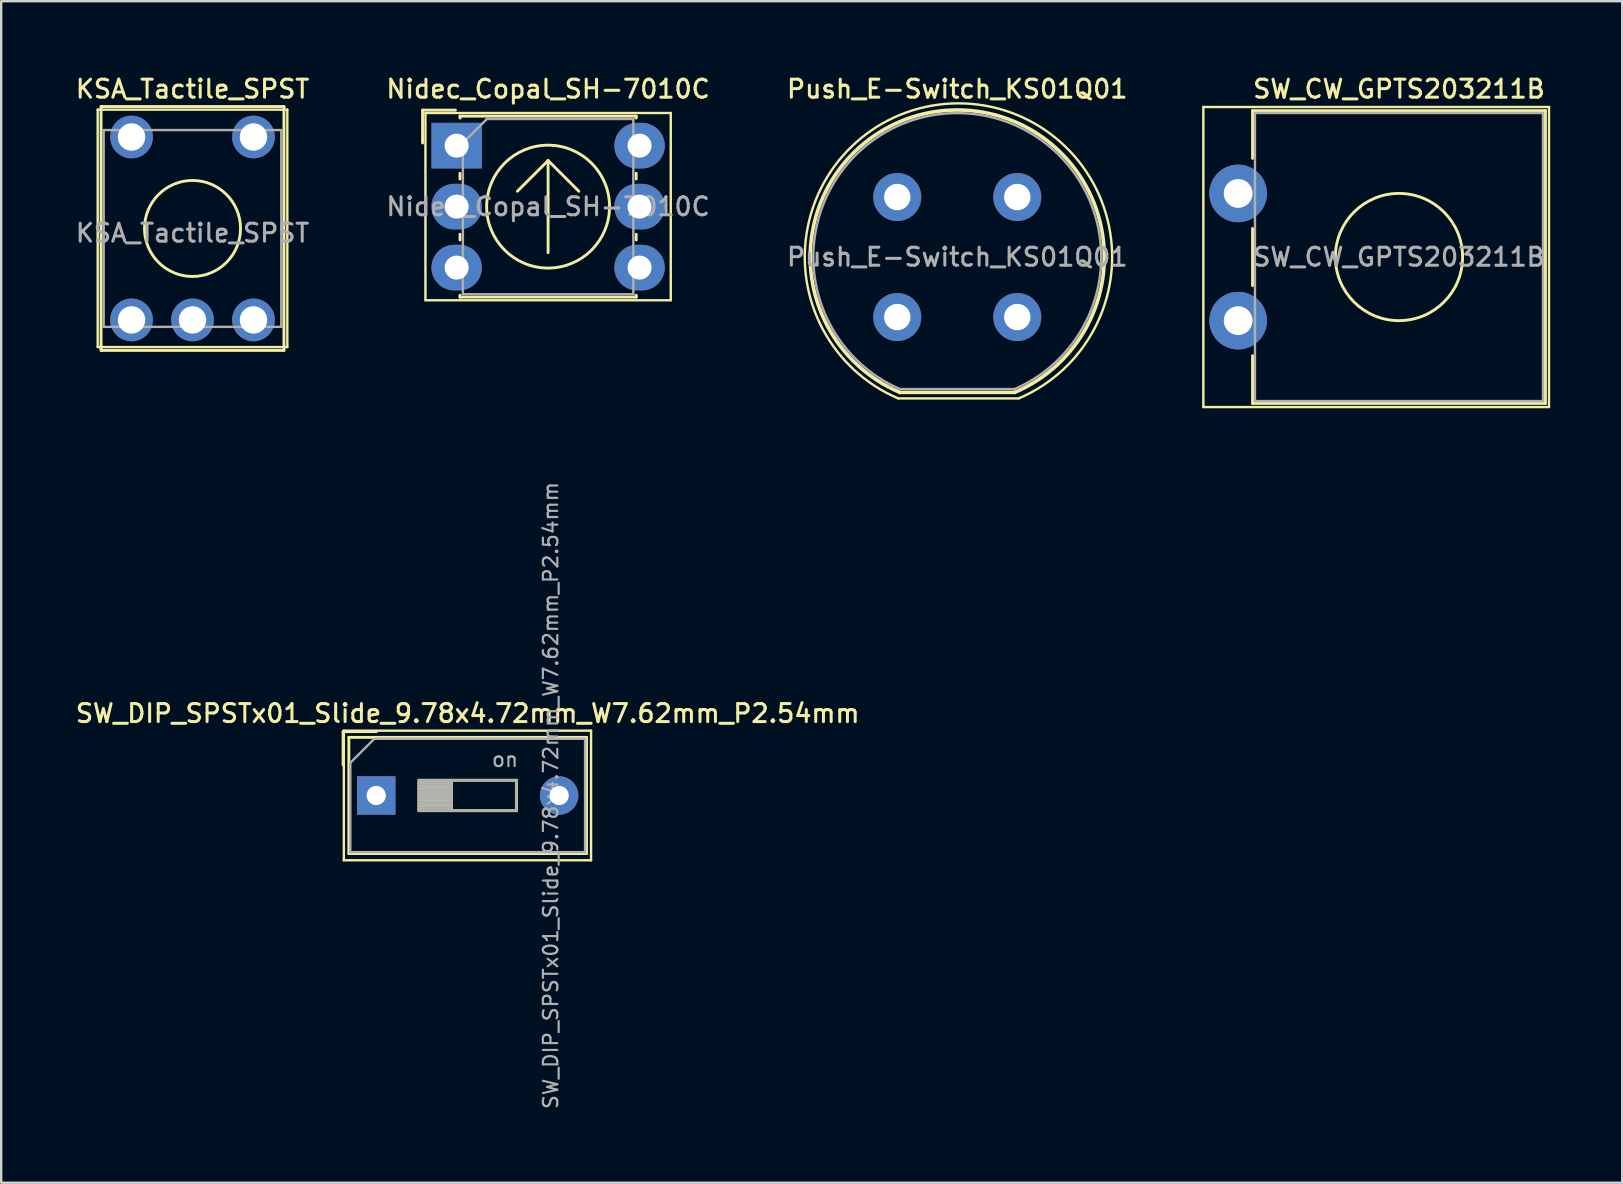
<source format=kicad_pcb>
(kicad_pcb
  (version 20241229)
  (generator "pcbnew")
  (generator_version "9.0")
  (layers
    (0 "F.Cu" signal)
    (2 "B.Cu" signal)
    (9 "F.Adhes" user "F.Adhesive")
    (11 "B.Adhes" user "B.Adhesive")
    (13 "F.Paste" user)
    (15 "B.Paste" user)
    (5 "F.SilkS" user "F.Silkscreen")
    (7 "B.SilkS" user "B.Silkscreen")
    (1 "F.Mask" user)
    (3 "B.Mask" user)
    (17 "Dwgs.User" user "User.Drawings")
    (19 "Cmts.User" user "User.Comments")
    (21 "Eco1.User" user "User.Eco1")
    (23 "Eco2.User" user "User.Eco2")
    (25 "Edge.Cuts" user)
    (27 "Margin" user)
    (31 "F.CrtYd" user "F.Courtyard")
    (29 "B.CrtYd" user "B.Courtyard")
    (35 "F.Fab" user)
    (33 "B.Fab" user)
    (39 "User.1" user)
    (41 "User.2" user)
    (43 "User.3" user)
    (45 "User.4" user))
  (footprint "SW_DIP_SPSTx01_Slide_9.78x4.72mm_W7.62mm_P2.54mm"
    (layer "F.Cu")
    (at 12.624 30.09)
    (property "Reference" "SW_DIP_SPSTx01_Slide_9.78x4.72mm_W7.62mm_P2.54mm" (at 3.81 -3.42 0) (layer "F.SilkS") (effects (font (size 0.75 0.75) (thickness 0.125))))
    (attr through_hole)
    (fp_line (start -1.38 -2.66) (end -1.38 -1.277) (stroke (width 0.12) (type solid)) (layer "F.SilkS"))
    (fp_line (start -1.38 -2.66) (end 0.004 -2.66) (stroke (width 0.12) (type solid)) (layer "F.SilkS"))
    (fp_line (start -1.35 -2.7) (end -1.35 2.7) (stroke (width 0.1) (type solid)) (layer "F.SilkS"))
    (fp_line (start -1.35 2.7) (end 8.95 2.7) (stroke (width 0.1) (type solid)) (layer "F.SilkS"))
    (fp_line (start -1.14 -2.42) (end -1.14 2.42) (stroke (width 0.12) (type solid)) (layer "F.SilkS"))
    (fp_line (start -1.14 -2.42) (end 8.76 -2.42) (stroke (width 0.12) (type solid)) (layer "F.SilkS"))
    (fp_line (start -1.14 2.42) (end 8.76 2.42) (stroke (width 0.12) (type solid)) (layer "F.SilkS"))
    (fp_line (start 1.78 -0.635) (end 1.78 0.635) (stroke (width 0.12) (type solid)) (layer "F.SilkS"))
    (fp_line (start 1.78 -0.515) (end 3.133 -0.515) (stroke (width 0.12) (type solid)) (layer "F.SilkS"))
    (fp_line (start 1.78 -0.395) (end 3.133 -0.395) (stroke (width 0.12) (type solid)) (layer "F.SilkS"))
    (fp_line (start 1.78 -0.275) (end 3.133 -0.275) (stroke (width 0.12) (type solid)) (layer "F.SilkS"))
    (fp_line (start 1.78 -0.155) (end 3.133 -0.155) (stroke (width 0.12) (type solid)) (layer "F.SilkS"))
    (fp_line (start 1.78 -0.035) (end 3.133 -0.035) (stroke (width 0.12) (type solid)) (layer "F.SilkS"))
    (fp_line (start 1.78 0.085) (end 3.133 0.085) (stroke (width 0.12) (type solid)) (layer "F.SilkS"))
    (fp_line (start 1.78 0.205) (end 3.133 0.205) (stroke (width 0.12) (type solid)) (layer "F.SilkS"))
    (fp_line (start 1.78 0.325) (end 3.133 0.325) (stroke (width 0.12) (type solid)) (layer "F.SilkS"))
    (fp_line (start 1.78 0.445) (end 3.133 0.445) (stroke (width 0.12) (type solid)) (layer "F.SilkS"))
    (fp_line (start 1.78 0.565) (end 3.133 0.565) (stroke (width 0.12) (type solid)) (layer "F.SilkS"))
    (fp_line (start 1.78 0.635) (end 5.84 0.635) (stroke (width 0.12) (type solid)) (layer "F.SilkS"))
    (fp_line (start 3.133 -0.635) (end 3.133 0.635) (stroke (width 0.12) (type solid)) (layer "F.SilkS"))
    (fp_line (start 5.84 -0.635) (end 1.78 -0.635) (stroke (width 0.12) (type solid)) (layer "F.SilkS"))
    (fp_line (start 5.84 0.635) (end 5.84 -0.635) (stroke (width 0.12) (type solid)) (layer "F.SilkS"))
    (fp_line (start 8.76 -2.42) (end 8.76 2.42) (stroke (width 0.12) (type solid)) (layer "F.SilkS"))
    (fp_line (start 8.95 -2.7) (end -1.35 -2.7) (stroke (width 0.1) (type solid)) (layer "F.SilkS"))
    (fp_line (start 8.95 2.7) (end 8.95 -2.7) (stroke (width 0.1) (type solid)) (layer "F.SilkS"))
    (fp_line (start -1.08 -1.36) (end -0.08 -2.36) (stroke (width 0.1) (type solid)) (layer "F.Fab"))
    (fp_line (start -1.08 2.36) (end -1.08 -1.36) (stroke (width 0.1) (type solid)) (layer "F.Fab"))
    (fp_line (start -0.08 -2.36) (end 8.7 -2.36) (stroke (width 0.1) (type solid)) (layer "F.Fab"))
    (fp_line (start 1.78 -0.635) (end 1.78 0.635) (stroke (width 0.1) (type solid)) (layer "F.Fab"))
    (fp_line (start 1.78 -0.535) (end 3.133 -0.535) (stroke (width 0.1) (type solid)) (layer "F.Fab"))
    (fp_line (start 1.78 -0.435) (end 3.133 -0.435) (stroke (width 0.1) (type solid)) (layer "F.Fab"))
    (fp_line (start 1.78 -0.335) (end 3.133 -0.335) (stroke (width 0.1) (type solid)) (layer "F.Fab"))
    (fp_line (start 1.78 -0.235) (end 3.133 -0.235) (stroke (width 0.1) (type solid)) (layer "F.Fab"))
    (fp_line (start 1.78 -0.135) (end 3.133 -0.135) (stroke (width 0.1) (type solid)) (layer "F.Fab"))
    (fp_line (start 1.78 -0.035) (end 3.133 -0.035) (stroke (width 0.1) (type solid)) (layer "F.Fab"))
    (fp_line (start 1.78 0.065) (end 3.133 0.065) (stroke (width 0.1) (type solid)) (layer "F.Fab"))
    (fp_line (start 1.78 0.165) (end 3.133 0.165) (stroke (width 0.1) (type solid)) (layer "F.Fab"))
    (fp_line (start 1.78 0.265) (end 3.133 0.265) (stroke (width 0.1) (type solid)) (layer "F.Fab"))
    (fp_line (start 1.78 0.365) (end 3.133 0.365) (stroke (width 0.1) (type solid)) (layer "F.Fab"))
    (fp_line (start 1.78 0.465) (end 3.133 0.465) (stroke (width 0.1) (type solid)) (layer "F.Fab"))
    (fp_line (start 1.78 0.565) (end 3.133 0.565) (stroke (width 0.1) (type solid)) (layer "F.Fab"))
    (fp_line (start 1.78 0.635) (end 5.84 0.635) (stroke (width 0.1) (type solid)) (layer "F.Fab"))
    (fp_line (start 3.133 -0.635) (end 3.133 0.635) (stroke (width 0.1) (type solid)) (layer "F.Fab"))
    (fp_line (start 5.84 -0.635) (end 1.78 -0.635) (stroke (width 0.1) (type solid)) (layer "F.Fab"))
    (fp_line (start 5.84 0.635) (end 5.84 -0.635) (stroke (width 0.1) (type solid)) (layer "F.Fab"))
    (fp_line (start 8.7 -2.36) (end 8.7 2.36) (stroke (width 0.1) (type solid)) (layer "F.Fab"))
    (fp_line (start 8.7 2.36) (end -1.08 2.36) (stroke (width 0.1) (type solid)) (layer "F.Fab"))
    (fp_text user "${REFERENCE}" (at 7.27 0 90) (layer "F.Fab") (effects (font (size 0.6 0.6) (thickness 0.09))))
    (fp_text user "on" (at 5.365 -1.498 0) (layer "F.Fab") (effects (font (size 0.6 0.6) (thickness 0.09))))
    (pad "1" thru_hole rect (at 0 0) (size 1.6 1.6) (drill 0.8) (layers "*.Cu" "*.Mask"))
    (pad "2" thru_hole oval (at 7.62 0) (size 1.6 1.6) (drill 0.8) (layers "*.Cu" "*.Mask")))
  (footprint "Push_E-Switch_KS01Q01"
    (layer "F.Cu")
    (at 34.33 5.158)
    (property "Reference" "Push_E-Switch_KS01Q01" (at 2.5 -4.5 0) (layer "F.SilkS") (effects (font (size 0.75 0.75) (thickness 0.125))))
    (attr through_hole)
    (fp_line (start 0.04 8.39) (end 5.06 8.39) (stroke (width 0.1) (type solid)) (layer "F.SilkS"))
    (fp_line (start 4.89 8.14) (end 0.11 8.14) (stroke (width 0.15) (type solid)) (layer "F.SilkS"))
    (fp_arc (start 0.04 8.39) (mid 2.55 -3.902515) (end 5.06 8.39) (stroke (width 0.1) (type solid)) (layer "F.SilkS"))
    (fp_arc (start 0.11 8.14) (mid 2.496283 -3.625495) (end 4.896843 8.137095) (stroke (width 0.15) (type solid)) (layer "F.SilkS"))
    (fp_line (start 0.11 8) (end 4.89 8) (stroke (width 0.1) (type solid)) (layer "F.Fab"))
    (fp_arc (start 0.11 8) (mid 2.498654 -3.496841) (end 4.892469 7.998926) (stroke (width 0.1) (type solid)) (layer "F.Fab"))
    (fp_text user "${REFERENCE}" (at 2.5 2.5 0) (layer "F.Fab") (effects (font (size 0.75 0.75) (thickness 0.125))))
    (pad "1" thru_hole circle (at 0 0) (size 2 2) (drill 1.1) (layers "*.Cu" "*.Mask"))
    (pad "2" thru_hole circle (at 5 0) (size 2 2) (drill 1.1) (layers "*.Cu" "*.Mask"))
    (pad "3" thru_hole circle (at 0 5) (size 2 2) (drill 1.1) (layers "*.Cu" "*.Mask"))
    (pad "4" thru_hole circle (at 5 5) (size 2 2) (drill 1.1) (layers "*.Cu" "*.Mask")))
  (footprint "SW_CW_GPTS203211B"
    (layer "F.Cu")
    (at 48.532 5.008)
    (property "Reference" "SW_CW_GPTS203211B" (at 6.7 -4.35 0) (layer "F.SilkS") (effects (font (size 0.75 0.75) (thickness 0.125))))
    (attr through_hole)
    (fp_line (start -1.45 -3.6) (end -1.45 8.9) (stroke (width 0.1) (type solid)) (layer "F.SilkS"))
    (fp_line (start -1.45 8.9) (end 12.95 8.9) (stroke (width 0.1) (type solid)) (layer "F.SilkS"))
    (fp_line (start 0.6 -3.45) (end 12.8 -3.45) (stroke (width 0.12) (type solid)) (layer "F.SilkS"))
    (fp_line (start 0.6 -1.46) (end 0.6 -3.45) (stroke (width 0.12) (type solid)) (layer "F.SilkS"))
    (fp_line (start 0.6 1.46) (end 0.6 3.84) (stroke (width 0.12) (type solid)) (layer "F.SilkS"))
    (fp_line (start 0.6 8.75) (end 0.6 6.76) (stroke (width 0.12) (type solid)) (layer "F.SilkS"))
    (fp_line (start 12.8 -3.45) (end 12.8 8.75) (stroke (width 0.12) (type solid)) (layer "F.SilkS"))
    (fp_line (start 12.8 8.75) (end 0.6 8.75) (stroke (width 0.12) (type solid)) (layer "F.SilkS"))
    (fp_line (start 12.95 -3.6) (end -1.45 -3.6) (stroke (width 0.1) (type solid)) (layer "F.SilkS"))
    (fp_line (start 12.95 8.9) (end 12.95 -3.6) (stroke (width 0.1) (type solid)) (layer "F.SilkS"))
    (fp_circle (center 6.7 2.65) (end 9.35 2.65) (stroke (width 0.12) (type solid)) (fill no) (layer "F.SilkS"))
    (fp_line (start 0.7 -3.35) (end 0.7 8.65) (stroke (width 0.1) (type solid)) (layer "F.Fab"))
    (fp_line (start 0.7 8.65) (end 12.7 8.65) (stroke (width 0.1) (type solid)) (layer "F.Fab"))
    (fp_line (start 12.7 -3.35) (end 0.7 -3.35) (stroke (width 0.1) (type solid)) (layer "F.Fab"))
    (fp_line (start 12.7 8.65) (end 12.7 -3.35) (stroke (width 0.1) (type solid)) (layer "F.Fab"))
    (fp_text user "${REFERENCE}" (at 6.7 2.65 0) (layer "F.Fab") (effects (font (size 0.75 0.75) (thickness 0.125))))
    (pad "1" thru_hole circle (at 0 0) (size 2.4 2.4) (drill 1.2) (layers "*.Cu" "*.Mask"))
    (pad "2" thru_hole circle (at 0 5.3) (size 2.4 2.4) (drill 1.2) (layers "*.Cu" "*.Mask")))
  (footprint "KSA_Tactile_SPST"
    (layer "F.Cu")
    (at 2.43 2.658)
    (property "Reference" "KSA_Tactile_SPST" (at 2.54 -2 0) (layer "F.SilkS") (effects (font (size 0.75 0.75) (thickness 0.125))))
    (attr through_hole)
    (fp_line (start -1.41 -1.14) (end -1.41 8.75) (stroke (width 0.1) (type solid)) (layer "F.SilkS"))
    (fp_line (start -1.41 -1.14) (end 6.49 -1.14) (stroke (width 0.1) (type solid)) (layer "F.SilkS"))
    (fp_line (start -1.27 -1.27) (end -1.27 8.89) (stroke (width 0.12) (type solid)) (layer "F.SilkS"))
    (fp_line (start -1.27 -1.27) (end 6.35 -1.27) (stroke (width 0.12) (type solid)) (layer "F.SilkS"))
    (fp_line (start -1.27 8.89) (end 6.35 8.89) (stroke (width 0.12) (type solid)) (layer "F.SilkS"))
    (fp_line (start 6.35 8.89) (end 6.35 -1.27) (stroke (width 0.12) (type solid)) (layer "F.SilkS"))
    (fp_line (start 6.49 8.75) (end -1.41 8.75) (stroke (width 0.1) (type solid)) (layer "F.SilkS"))
    (fp_line (start 6.49 8.75) (end 6.49 -1.14) (stroke (width 0.1) (type solid)) (layer "F.SilkS"))
    (fp_circle (center 2.54 3.81) (end 0.54 3.81) (stroke (width 0.12) (type solid)) (fill no) (layer "F.SilkS"))
    (fp_line (start -1.16 7.91) (end -1.16 -0.29) (stroke (width 0.1) (type solid)) (layer "F.Fab"))
    (fp_line (start -1.16 7.91) (end 6.24 7.91) (stroke (width 0.1) (type solid)) (layer "F.Fab"))
    (fp_line (start 6.24 -0.29) (end -1.16 -0.29) (stroke (width 0.1) (type solid)) (layer "F.Fab"))
    (fp_line (start 6.24 7.91) (end 6.24 -0.29) (stroke (width 0.1) (type solid)) (layer "F.Fab"))
    (fp_text user "${REFERENCE}" (at 2.54 4 0) (layer "F.Fab") (effects (font (size 0.75 0.75) (thickness 0.125))))
    (pad "1" thru_hole circle (at 0 0) (size 1.778 1.778) (drill 1.143) (layers "*.Cu" "*.Mask"))
    (pad "2" thru_hole circle (at 5.08 0) (size 1.778 1.778) (drill 1.143) (layers "*.Cu" "*.Mask"))
    (pad "3" thru_hole circle (at 5.08 7.62) (size 1.778 1.778) (drill 1.143) (layers "*.Cu" "*.Mask"))
    (pad "4" thru_hole circle (at 2.54 7.62) (size 1.778 1.778) (drill 1.143) (layers "*.Cu" "*.Mask"))
    (pad "5" thru_hole circle (at 0 7.62) (size 1.778 1.778) (drill 1.143) (layers "*.Cu" "*.Mask")))
  (footprint "Nidec_Copal_SH-7010C"
    (layer "F.Cu")
    (at 15.974 3.018)
    (property "Reference" "Nidec_Copal_SH-7010C" (at 3.81 -2.36 0) (layer "F.SilkS") (effects (font (size 0.75 0.75) (thickness 0.125))))
    (attr through_hole)
    (fp_line (start -1.42 -1.48) (end -0.05 -1.48) (stroke (width 0.12) (type solid)) (layer "F.SilkS"))
    (fp_line (start -1.42 -0.11) (end -1.42 -1.48) (stroke (width 0.12) (type solid)) (layer "F.SilkS"))
    (fp_line (start -1.3 -1.36) (end -1.3 6.44) (stroke (width 0.1) (type solid)) (layer "F.SilkS"))
    (fp_line (start -1.3 6.44) (end 8.92 6.44) (stroke (width 0.1) (type solid)) (layer "F.SilkS"))
    (fp_line (start 0.14 -1.23) (end 7.48 -1.23) (stroke (width 0.12) (type solid)) (layer "F.SilkS"))
    (fp_line (start 0.14 -1.15) (end 0.14 -1.23) (stroke (width 0.12) (type solid)) (layer "F.SilkS"))
    (fp_line (start 0.14 1.15) (end 0.14 1.39) (stroke (width 0.12) (type solid)) (layer "F.SilkS"))
    (fp_line (start 0.14 3.69) (end 0.14 3.93) (stroke (width 0.12) (type solid)) (layer "F.SilkS"))
    (fp_line (start 0.14 6.23) (end 0.14 6.31) (stroke (width 0.12) (type solid)) (layer "F.SilkS"))
    (fp_line (start 0.14 6.31) (end 7.48 6.31) (stroke (width 0.12) (type solid)) (layer "F.SilkS"))
    (fp_line (start 2.53 1.9) (end 3.81 0.62) (stroke (width 0.12) (type solid)) (layer "F.SilkS"))
    (fp_line (start 3.81 0.62) (end 3.81 4.46) (stroke (width 0.12) (type solid)) (layer "F.SilkS"))
    (fp_line (start 3.81 0.62) (end 5.09 1.9) (stroke (width 0.12) (type solid)) (layer "F.SilkS"))
    (fp_line (start 7.48 -1.23) (end 7.48 -1.15) (stroke (width 0.12) (type solid)) (layer "F.SilkS"))
    (fp_line (start 7.48 1.15) (end 7.48 1.39) (stroke (width 0.12) (type solid)) (layer "F.SilkS"))
    (fp_line (start 7.48 3.69) (end 7.48 3.93) (stroke (width 0.12) (type solid)) (layer "F.SilkS"))
    (fp_line (start 7.48 6.31) (end 7.48 6.23) (stroke (width 0.12) (type solid)) (layer "F.SilkS"))
    (fp_line (start 8.92 -1.36) (end -1.3 -1.36) (stroke (width 0.1) (type solid)) (layer "F.SilkS"))
    (fp_line (start 8.92 6.44) (end 8.92 -1.36) (stroke (width 0.1) (type solid)) (layer "F.SilkS"))
    (fp_circle (center 3.81 2.54) (end 6.37 2.54) (stroke (width 0.12) (type solid)) (fill no) (layer "F.SilkS"))
    (fp_line (start 0.26 -0.11) (end 1.26 -1.11) (stroke (width 0.1) (type solid)) (layer "F.Fab"))
    (fp_line (start 0.26 6.19) (end 0.26 -0.11) (stroke (width 0.1) (type solid)) (layer "F.Fab"))
    (fp_line (start 1.26 -1.11) (end 7.36 -1.11) (stroke (width 0.1) (type solid)) (layer "F.Fab"))
    (fp_line (start 7.36 -1.11) (end 7.36 6.19) (stroke (width 0.1) (type solid)) (layer "F.Fab"))
    (fp_line (start 7.36 6.19) (end 0.26 6.19) (stroke (width 0.1) (type solid)) (layer "F.Fab"))
    (fp_text user "${REFERENCE}" (at 3.81 2.54 0) (layer "F.Fab") (effects (font (size 0.75 0.75) (thickness 0.125))))
    (pad "1" thru_hole rect (at 0 0) (size 2.1 1.9) (drill 1) (layers "*.Cu" "*.Mask"))
    (pad "2" thru_hole oval (at 7.62 5.08) (size 2.1 1.9) (drill 1) (layers "*.Cu" "*.Mask"))
    (pad "4" thru_hole oval (at 0 5.08) (size 2.1 1.9) (drill 1) (layers "*.Cu" "*.Mask"))
    (pad "8" thru_hole oval (at 7.62 0) (size 2.1 1.9) (drill 1) (layers "*.Cu" "*.Mask"))
    (pad "C" thru_hole oval (at 0 2.54) (size 2.1 1.9) (drill 1) (layers "*.Cu" "*.Mask"))
    (pad "C" thru_hole oval (at 7.62 2.54) (size 2.1 1.9) (drill 1) (layers "*.Cu" "*.Mask")))
  (gr_rect
    (start -3 -3)
    (end 64.532 46.222)
    (stroke (width 0.1) (type default))
    (fill no)
    (layer "Edge.Cuts")))
</source>
